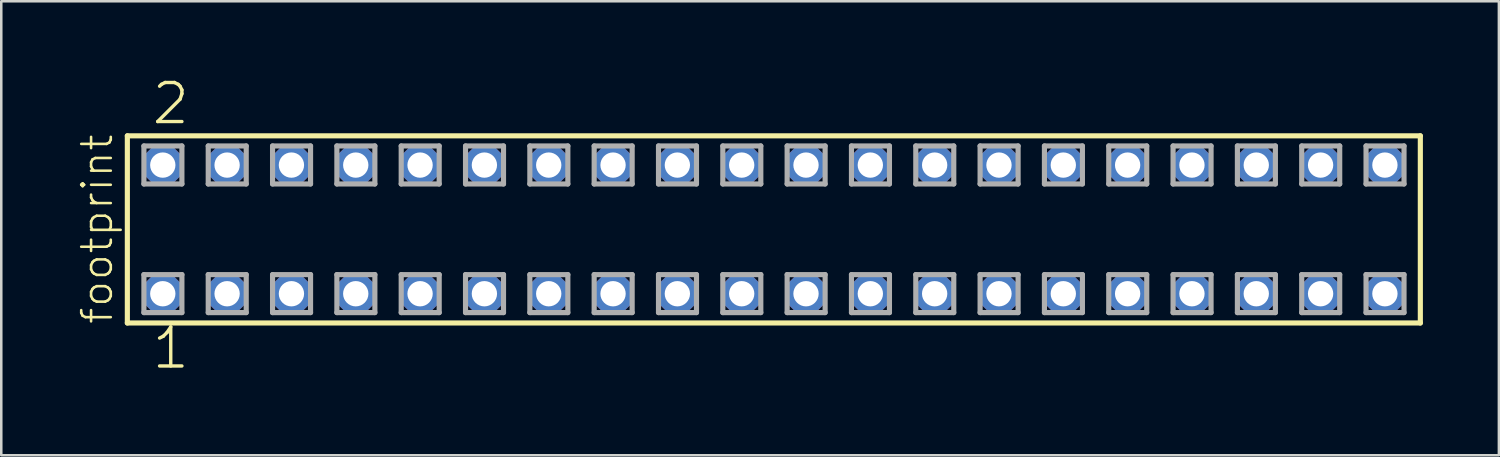
<source format=kicad_pcb>
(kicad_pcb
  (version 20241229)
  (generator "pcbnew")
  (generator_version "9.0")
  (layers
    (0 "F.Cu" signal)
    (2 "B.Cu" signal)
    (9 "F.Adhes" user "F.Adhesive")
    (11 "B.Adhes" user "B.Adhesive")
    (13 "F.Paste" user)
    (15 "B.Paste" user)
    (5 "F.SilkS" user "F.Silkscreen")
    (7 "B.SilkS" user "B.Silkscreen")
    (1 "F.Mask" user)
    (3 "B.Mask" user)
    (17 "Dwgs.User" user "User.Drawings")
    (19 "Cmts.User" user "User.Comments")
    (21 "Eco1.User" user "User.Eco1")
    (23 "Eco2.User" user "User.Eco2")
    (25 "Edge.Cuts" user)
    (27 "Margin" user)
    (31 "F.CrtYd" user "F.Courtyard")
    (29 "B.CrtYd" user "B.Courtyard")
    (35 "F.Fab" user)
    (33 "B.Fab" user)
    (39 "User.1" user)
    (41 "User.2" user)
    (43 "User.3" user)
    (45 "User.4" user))
  (footprint "footprint"
    (layer "F.Cu")
    (at 27.508 6.009)
    (property "Reference" "footprint" (at -26.035 3.81 90) (layer "F.SilkS") (effects (font (size 1.168 1.168) (thickness 0.102)) (justify left bottom)))
    (fp_line (start -25.529 -3.695) (end 25.529 -3.695) (stroke (width 0.203) (type solid)) (layer "F.SilkS"))
    (fp_line (start -25.529 3.695) (end -25.529 -3.695) (stroke (width 0.203) (type solid)) (layer "F.SilkS"))
    (fp_line (start 25.529 -3.695) (end 25.529 3.695) (stroke (width 0.203) (type solid)) (layer "F.SilkS"))
    (fp_line (start 25.529 3.695) (end -25.529 3.695) (stroke (width 0.203) (type solid)) (layer "F.SilkS"))
    (fp_line (start -24.875 -3.295) (end -23.375 -3.295) (stroke (width 0.203) (type solid)) (layer "F.Fab"))
    (fp_line (start -24.875 -1.795) (end -24.875 -3.295) (stroke (width 0.203) (type solid)) (layer "F.Fab"))
    (fp_line (start -24.875 1.785) (end -23.375 1.785) (stroke (width 0.203) (type solid)) (layer "F.Fab"))
    (fp_line (start -24.875 3.285) (end -24.875 1.785) (stroke (width 0.203) (type solid)) (layer "F.Fab"))
    (fp_line (start -23.375 -3.295) (end -23.375 -1.795) (stroke (width 0.203) (type solid)) (layer "F.Fab"))
    (fp_line (start -23.375 -1.795) (end -24.875 -1.795) (stroke (width 0.203) (type solid)) (layer "F.Fab"))
    (fp_line (start -23.375 1.785) (end -23.375 3.285) (stroke (width 0.203) (type solid)) (layer "F.Fab"))
    (fp_line (start -23.375 3.285) (end -24.875 3.285) (stroke (width 0.203) (type solid)) (layer "F.Fab"))
    (fp_line (start -22.335 -3.295) (end -20.835 -3.295) (stroke (width 0.203) (type solid)) (layer "F.Fab"))
    (fp_line (start -22.335 -1.795) (end -22.335 -3.295) (stroke (width 0.203) (type solid)) (layer "F.Fab"))
    (fp_line (start -22.335 1.785) (end -20.835 1.785) (stroke (width 0.203) (type solid)) (layer "F.Fab"))
    (fp_line (start -22.335 3.285) (end -22.335 1.785) (stroke (width 0.203) (type solid)) (layer "F.Fab"))
    (fp_line (start -20.835 -3.295) (end -20.835 -1.795) (stroke (width 0.203) (type solid)) (layer "F.Fab"))
    (fp_line (start -20.835 -1.795) (end -22.335 -1.795) (stroke (width 0.203) (type solid)) (layer "F.Fab"))
    (fp_line (start -20.835 1.785) (end -20.835 3.285) (stroke (width 0.203) (type solid)) (layer "F.Fab"))
    (fp_line (start -20.835 3.285) (end -22.335 3.285) (stroke (width 0.203) (type solid)) (layer "F.Fab"))
    (fp_line (start -19.795 -3.295) (end -18.295 -3.295) (stroke (width 0.203) (type solid)) (layer "F.Fab"))
    (fp_line (start -19.795 -1.795) (end -19.795 -3.295) (stroke (width 0.203) (type solid)) (layer "F.Fab"))
    (fp_line (start -19.795 1.785) (end -18.295 1.785) (stroke (width 0.203) (type solid)) (layer "F.Fab"))
    (fp_line (start -19.795 3.285) (end -19.795 1.785) (stroke (width 0.203) (type solid)) (layer "F.Fab"))
    (fp_line (start -18.295 -3.295) (end -18.295 -1.795) (stroke (width 0.203) (type solid)) (layer "F.Fab"))
    (fp_line (start -18.295 -1.795) (end -19.795 -1.795) (stroke (width 0.203) (type solid)) (layer "F.Fab"))
    (fp_line (start -18.295 1.785) (end -18.295 3.285) (stroke (width 0.203) (type solid)) (layer "F.Fab"))
    (fp_line (start -18.295 3.285) (end -19.795 3.285) (stroke (width 0.203) (type solid)) (layer "F.Fab"))
    (fp_line (start -17.255 -3.295) (end -15.755 -3.295) (stroke (width 0.203) (type solid)) (layer "F.Fab"))
    (fp_line (start -17.255 -1.795) (end -17.255 -3.295) (stroke (width 0.203) (type solid)) (layer "F.Fab"))
    (fp_line (start -17.255 1.785) (end -15.755 1.785) (stroke (width 0.203) (type solid)) (layer "F.Fab"))
    (fp_line (start -17.255 3.285) (end -17.255 1.785) (stroke (width 0.203) (type solid)) (layer "F.Fab"))
    (fp_line (start -15.755 -3.295) (end -15.755 -1.795) (stroke (width 0.203) (type solid)) (layer "F.Fab"))
    (fp_line (start -15.755 -1.795) (end -17.255 -1.795) (stroke (width 0.203) (type solid)) (layer "F.Fab"))
    (fp_line (start -15.755 1.785) (end -15.755 3.285) (stroke (width 0.203) (type solid)) (layer "F.Fab"))
    (fp_line (start -15.755 3.285) (end -17.255 3.285) (stroke (width 0.203) (type solid)) (layer "F.Fab"))
    (fp_line (start -14.715 -3.295) (end -13.215 -3.295) (stroke (width 0.203) (type solid)) (layer "F.Fab"))
    (fp_line (start -14.715 -1.795) (end -14.715 -3.295) (stroke (width 0.203) (type solid)) (layer "F.Fab"))
    (fp_line (start -14.715 1.785) (end -13.215 1.785) (stroke (width 0.203) (type solid)) (layer "F.Fab"))
    (fp_line (start -14.715 3.285) (end -14.715 1.785) (stroke (width 0.203) (type solid)) (layer "F.Fab"))
    (fp_line (start -13.215 -3.295) (end -13.215 -1.795) (stroke (width 0.203) (type solid)) (layer "F.Fab"))
    (fp_line (start -13.215 -1.795) (end -14.715 -1.795) (stroke (width 0.203) (type solid)) (layer "F.Fab"))
    (fp_line (start -13.215 1.785) (end -13.215 3.285) (stroke (width 0.203) (type solid)) (layer "F.Fab"))
    (fp_line (start -13.215 3.285) (end -14.715 3.285) (stroke (width 0.203) (type solid)) (layer "F.Fab"))
    (fp_line (start -12.175 -3.295) (end -10.675 -3.295) (stroke (width 0.203) (type solid)) (layer "F.Fab"))
    (fp_line (start -12.175 -1.795) (end -12.175 -3.295) (stroke (width 0.203) (type solid)) (layer "F.Fab"))
    (fp_line (start -12.175 1.785) (end -10.675 1.785) (stroke (width 0.203) (type solid)) (layer "F.Fab"))
    (fp_line (start -12.175 3.285) (end -12.175 1.785) (stroke (width 0.203) (type solid)) (layer "F.Fab"))
    (fp_line (start -10.675 -3.295) (end -10.675 -1.795) (stroke (width 0.203) (type solid)) (layer "F.Fab"))
    (fp_line (start -10.675 -1.795) (end -12.175 -1.795) (stroke (width 0.203) (type solid)) (layer "F.Fab"))
    (fp_line (start -10.675 1.785) (end -10.675 3.285) (stroke (width 0.203) (type solid)) (layer "F.Fab"))
    (fp_line (start -10.675 3.285) (end -12.175 3.285) (stroke (width 0.203) (type solid)) (layer "F.Fab"))
    (fp_line (start -9.635 -3.295) (end -8.135 -3.295) (stroke (width 0.203) (type solid)) (layer "F.Fab"))
    (fp_line (start -9.635 -1.795) (end -9.635 -3.295) (stroke (width 0.203) (type solid)) (layer "F.Fab"))
    (fp_line (start -9.635 1.785) (end -8.135 1.785) (stroke (width 0.203) (type solid)) (layer "F.Fab"))
    (fp_line (start -9.635 3.285) (end -9.635 1.785) (stroke (width 0.203) (type solid)) (layer "F.Fab"))
    (fp_line (start -8.135 -3.295) (end -8.135 -1.795) (stroke (width 0.203) (type solid)) (layer "F.Fab"))
    (fp_line (start -8.135 -1.795) (end -9.635 -1.795) (stroke (width 0.203) (type solid)) (layer "F.Fab"))
    (fp_line (start -8.135 1.785) (end -8.135 3.285) (stroke (width 0.203) (type solid)) (layer "F.Fab"))
    (fp_line (start -8.135 3.285) (end -9.635 3.285) (stroke (width 0.203) (type solid)) (layer "F.Fab"))
    (fp_line (start -7.095 -3.295) (end -5.595 -3.295) (stroke (width 0.203) (type solid)) (layer "F.Fab"))
    (fp_line (start -7.095 -1.795) (end -7.095 -3.295) (stroke (width 0.203) (type solid)) (layer "F.Fab"))
    (fp_line (start -7.095 1.785) (end -5.595 1.785) (stroke (width 0.203) (type solid)) (layer "F.Fab"))
    (fp_line (start -7.095 3.285) (end -7.095 1.785) (stroke (width 0.203) (type solid)) (layer "F.Fab"))
    (fp_line (start -5.595 -3.295) (end -5.595 -1.795) (stroke (width 0.203) (type solid)) (layer "F.Fab"))
    (fp_line (start -5.595 -1.795) (end -7.095 -1.795) (stroke (width 0.203) (type solid)) (layer "F.Fab"))
    (fp_line (start -5.595 1.785) (end -5.595 3.285) (stroke (width 0.203) (type solid)) (layer "F.Fab"))
    (fp_line (start -5.595 3.285) (end -7.095 3.285) (stroke (width 0.203) (type solid)) (layer "F.Fab"))
    (fp_line (start -4.555 -3.295) (end -3.055 -3.295) (stroke (width 0.203) (type solid)) (layer "F.Fab"))
    (fp_line (start -4.555 -1.795) (end -4.555 -3.295) (stroke (width 0.203) (type solid)) (layer "F.Fab"))
    (fp_line (start -4.555 1.785) (end -3.055 1.785) (stroke (width 0.203) (type solid)) (layer "F.Fab"))
    (fp_line (start -4.555 3.285) (end -4.555 1.785) (stroke (width 0.203) (type solid)) (layer "F.Fab"))
    (fp_line (start -3.055 -3.295) (end -3.055 -1.795) (stroke (width 0.203) (type solid)) (layer "F.Fab"))
    (fp_line (start -3.055 -1.795) (end -4.555 -1.795) (stroke (width 0.203) (type solid)) (layer "F.Fab"))
    (fp_line (start -3.055 1.785) (end -3.055 3.285) (stroke (width 0.203) (type solid)) (layer "F.Fab"))
    (fp_line (start -3.055 3.285) (end -4.555 3.285) (stroke (width 0.203) (type solid)) (layer "F.Fab"))
    (fp_line (start -2.015 -3.295) (end -0.515 -3.295) (stroke (width 0.203) (type solid)) (layer "F.Fab"))
    (fp_line (start -2.015 -1.795) (end -2.015 -3.295) (stroke (width 0.203) (type solid)) (layer "F.Fab"))
    (fp_line (start -2.015 1.785) (end -0.515 1.785) (stroke (width 0.203) (type solid)) (layer "F.Fab"))
    (fp_line (start -2.015 3.285) (end -2.015 1.785) (stroke (width 0.203) (type solid)) (layer "F.Fab"))
    (fp_line (start -0.515 -3.295) (end -0.515 -1.795) (stroke (width 0.203) (type solid)) (layer "F.Fab"))
    (fp_line (start -0.515 -1.795) (end -2.015 -1.795) (stroke (width 0.203) (type solid)) (layer "F.Fab"))
    (fp_line (start -0.515 1.785) (end -0.515 3.285) (stroke (width 0.203) (type solid)) (layer "F.Fab"))
    (fp_line (start -0.515 3.285) (end -2.015 3.285) (stroke (width 0.203) (type solid)) (layer "F.Fab"))
    (fp_line (start 0.525 -3.295) (end 2.025 -3.295) (stroke (width 0.203) (type solid)) (layer "F.Fab"))
    (fp_line (start 0.525 -1.795) (end 0.525 -3.295) (stroke (width 0.203) (type solid)) (layer "F.Fab"))
    (fp_line (start 0.525 1.785) (end 2.025 1.785) (stroke (width 0.203) (type solid)) (layer "F.Fab"))
    (fp_line (start 0.525 3.285) (end 0.525 1.785) (stroke (width 0.203) (type solid)) (layer "F.Fab"))
    (fp_line (start 2.025 -3.295) (end 2.025 -1.795) (stroke (width 0.203) (type solid)) (layer "F.Fab"))
    (fp_line (start 2.025 -1.795) (end 0.525 -1.795) (stroke (width 0.203) (type solid)) (layer "F.Fab"))
    (fp_line (start 2.025 1.785) (end 2.025 3.285) (stroke (width 0.203) (type solid)) (layer "F.Fab"))
    (fp_line (start 2.025 3.285) (end 0.525 3.285) (stroke (width 0.203) (type solid)) (layer "F.Fab"))
    (fp_line (start 3.065 -3.295) (end 4.565 -3.295) (stroke (width 0.203) (type solid)) (layer "F.Fab"))
    (fp_line (start 3.065 -1.795) (end 3.065 -3.295) (stroke (width 0.203) (type solid)) (layer "F.Fab"))
    (fp_line (start 3.065 1.785) (end 4.565 1.785) (stroke (width 0.203) (type solid)) (layer "F.Fab"))
    (fp_line (start 3.065 3.285) (end 3.065 1.785) (stroke (width 0.203) (type solid)) (layer "F.Fab"))
    (fp_line (start 4.565 -3.295) (end 4.565 -1.795) (stroke (width 0.203) (type solid)) (layer "F.Fab"))
    (fp_line (start 4.565 -1.795) (end 3.065 -1.795) (stroke (width 0.203) (type solid)) (layer "F.Fab"))
    (fp_line (start 4.565 1.785) (end 4.565 3.285) (stroke (width 0.203) (type solid)) (layer "F.Fab"))
    (fp_line (start 4.565 3.285) (end 3.065 3.285) (stroke (width 0.203) (type solid)) (layer "F.Fab"))
    (fp_line (start 5.605 -3.295) (end 7.105 -3.295) (stroke (width 0.203) (type solid)) (layer "F.Fab"))
    (fp_line (start 5.605 -1.795) (end 5.605 -3.295) (stroke (width 0.203) (type solid)) (layer "F.Fab"))
    (fp_line (start 5.605 1.785) (end 7.105 1.785) (stroke (width 0.203) (type solid)) (layer "F.Fab"))
    (fp_line (start 5.605 3.285) (end 5.605 1.785) (stroke (width 0.203) (type solid)) (layer "F.Fab"))
    (fp_line (start 7.105 -3.295) (end 7.105 -1.795) (stroke (width 0.203) (type solid)) (layer "F.Fab"))
    (fp_line (start 7.105 -1.795) (end 5.605 -1.795) (stroke (width 0.203) (type solid)) (layer "F.Fab"))
    (fp_line (start 7.105 1.785) (end 7.105 3.285) (stroke (width 0.203) (type solid)) (layer "F.Fab"))
    (fp_line (start 7.105 3.285) (end 5.605 3.285) (stroke (width 0.203) (type solid)) (layer "F.Fab"))
    (fp_line (start 8.145 -3.295) (end 9.645 -3.295) (stroke (width 0.203) (type solid)) (layer "F.Fab"))
    (fp_line (start 8.145 -1.795) (end 8.145 -3.295) (stroke (width 0.203) (type solid)) (layer "F.Fab"))
    (fp_line (start 8.145 1.785) (end 9.645 1.785) (stroke (width 0.203) (type solid)) (layer "F.Fab"))
    (fp_line (start 8.145 3.285) (end 8.145 1.785) (stroke (width 0.203) (type solid)) (layer "F.Fab"))
    (fp_line (start 9.645 -3.295) (end 9.645 -1.795) (stroke (width 0.203) (type solid)) (layer "F.Fab"))
    (fp_line (start 9.645 -1.795) (end 8.145 -1.795) (stroke (width 0.203) (type solid)) (layer "F.Fab"))
    (fp_line (start 9.645 1.785) (end 9.645 3.285) (stroke (width 0.203) (type solid)) (layer "F.Fab"))
    (fp_line (start 9.645 3.285) (end 8.145 3.285) (stroke (width 0.203) (type solid)) (layer "F.Fab"))
    (fp_line (start 10.685 -3.295) (end 12.185 -3.295) (stroke (width 0.203) (type solid)) (layer "F.Fab"))
    (fp_line (start 10.685 -1.795) (end 10.685 -3.295) (stroke (width 0.203) (type solid)) (layer "F.Fab"))
    (fp_line (start 10.685 1.785) (end 12.185 1.785) (stroke (width 0.203) (type solid)) (layer "F.Fab"))
    (fp_line (start 10.685 3.285) (end 10.685 1.785) (stroke (width 0.203) (type solid)) (layer "F.Fab"))
    (fp_line (start 12.185 -3.295) (end 12.185 -1.795) (stroke (width 0.203) (type solid)) (layer "F.Fab"))
    (fp_line (start 12.185 -1.795) (end 10.685 -1.795) (stroke (width 0.203) (type solid)) (layer "F.Fab"))
    (fp_line (start 12.185 1.785) (end 12.185 3.285) (stroke (width 0.203) (type solid)) (layer "F.Fab"))
    (fp_line (start 12.185 3.285) (end 10.685 3.285) (stroke (width 0.203) (type solid)) (layer "F.Fab"))
    (fp_line (start 13.225 -3.295) (end 14.725 -3.295) (stroke (width 0.203) (type solid)) (layer "F.Fab"))
    (fp_line (start 13.225 -1.795) (end 13.225 -3.295) (stroke (width 0.203) (type solid)) (layer "F.Fab"))
    (fp_line (start 13.225 1.785) (end 14.725 1.785) (stroke (width 0.203) (type solid)) (layer "F.Fab"))
    (fp_line (start 13.225 3.285) (end 13.225 1.785) (stroke (width 0.203) (type solid)) (layer "F.Fab"))
    (fp_line (start 14.725 -3.295) (end 14.725 -1.795) (stroke (width 0.203) (type solid)) (layer "F.Fab"))
    (fp_line (start 14.725 -1.795) (end 13.225 -1.795) (stroke (width 0.203) (type solid)) (layer "F.Fab"))
    (fp_line (start 14.725 1.785) (end 14.725 3.285) (stroke (width 0.203) (type solid)) (layer "F.Fab"))
    (fp_line (start 14.725 3.285) (end 13.225 3.285) (stroke (width 0.203) (type solid)) (layer "F.Fab"))
    (fp_line (start 15.765 -3.295) (end 17.265 -3.295) (stroke (width 0.203) (type solid)) (layer "F.Fab"))
    (fp_line (start 15.765 -1.795) (end 15.765 -3.295) (stroke (width 0.203) (type solid)) (layer "F.Fab"))
    (fp_line (start 15.765 1.785) (end 17.265 1.785) (stroke (width 0.203) (type solid)) (layer "F.Fab"))
    (fp_line (start 15.765 3.285) (end 15.765 1.785) (stroke (width 0.203) (type solid)) (layer "F.Fab"))
    (fp_line (start 17.265 -3.295) (end 17.265 -1.795) (stroke (width 0.203) (type solid)) (layer "F.Fab"))
    (fp_line (start 17.265 -1.795) (end 15.765 -1.795) (stroke (width 0.203) (type solid)) (layer "F.Fab"))
    (fp_line (start 17.265 1.785) (end 17.265 3.285) (stroke (width 0.203) (type solid)) (layer "F.Fab"))
    (fp_line (start 17.265 3.285) (end 15.765 3.285) (stroke (width 0.203) (type solid)) (layer "F.Fab"))
    (fp_line (start 18.305 -3.295) (end 19.805 -3.295) (stroke (width 0.203) (type solid)) (layer "F.Fab"))
    (fp_line (start 18.305 -1.795) (end 18.305 -3.295) (stroke (width 0.203) (type solid)) (layer "F.Fab"))
    (fp_line (start 18.305 1.785) (end 19.805 1.785) (stroke (width 0.203) (type solid)) (layer "F.Fab"))
    (fp_line (start 18.305 3.285) (end 18.305 1.785) (stroke (width 0.203) (type solid)) (layer "F.Fab"))
    (fp_line (start 19.805 -3.295) (end 19.805 -1.795) (stroke (width 0.203) (type solid)) (layer "F.Fab"))
    (fp_line (start 19.805 -1.795) (end 18.305 -1.795) (stroke (width 0.203) (type solid)) (layer "F.Fab"))
    (fp_line (start 19.805 1.785) (end 19.805 3.285) (stroke (width 0.203) (type solid)) (layer "F.Fab"))
    (fp_line (start 19.805 3.285) (end 18.305 3.285) (stroke (width 0.203) (type solid)) (layer "F.Fab"))
    (fp_line (start 20.845 -3.295) (end 22.345 -3.295) (stroke (width 0.203) (type solid)) (layer "F.Fab"))
    (fp_line (start 20.845 -1.795) (end 20.845 -3.295) (stroke (width 0.203) (type solid)) (layer "F.Fab"))
    (fp_line (start 20.845 1.785) (end 22.345 1.785) (stroke (width 0.203) (type solid)) (layer "F.Fab"))
    (fp_line (start 20.845 3.285) (end 20.845 1.785) (stroke (width 0.203) (type solid)) (layer "F.Fab"))
    (fp_line (start 22.345 -3.295) (end 22.345 -1.795) (stroke (width 0.203) (type solid)) (layer "F.Fab"))
    (fp_line (start 22.345 -1.795) (end 20.845 -1.795) (stroke (width 0.203) (type solid)) (layer "F.Fab"))
    (fp_line (start 22.345 1.785) (end 22.345 3.285) (stroke (width 0.203) (type solid)) (layer "F.Fab"))
    (fp_line (start 22.345 3.285) (end 20.845 3.285) (stroke (width 0.203) (type solid)) (layer "F.Fab"))
    (fp_line (start 23.385 -3.295) (end 24.885 -3.295) (stroke (width 0.203) (type solid)) (layer "F.Fab"))
    (fp_line (start 23.385 -1.795) (end 23.385 -3.295) (stroke (width 0.203) (type solid)) (layer "F.Fab"))
    (fp_line (start 23.385 1.785) (end 24.885 1.785) (stroke (width 0.203) (type solid)) (layer "F.Fab"))
    (fp_line (start 23.385 3.285) (end 23.385 1.785) (stroke (width 0.203) (type solid)) (layer "F.Fab"))
    (fp_line (start 24.885 -3.295) (end 24.885 -1.795) (stroke (width 0.203) (type solid)) (layer "F.Fab"))
    (fp_line (start 24.885 -1.795) (end 23.385 -1.795) (stroke (width 0.203) (type solid)) (layer "F.Fab"))
    (fp_line (start 24.885 1.785) (end 24.885 3.285) (stroke (width 0.203) (type solid)) (layer "F.Fab"))
    (fp_line (start 24.885 3.285) (end 23.385 3.285) (stroke (width 0.203) (type solid)) (layer "F.Fab"))
    (fp_text user "2" (at -24.638 -4.064 0) (layer "F.SilkS") (effects (font (size 1.542 1.542) (thickness 0.134)) (justify left bottom)))
    (fp_text user "1" (at -24.638 5.588 0) (layer "F.SilkS") (effects (font (size 1.542 1.542) (thickness 0.134)) (justify left bottom)))
    (pad "1" thru_hole roundrect (at -24.13 2.54) (size 1.5 1.5) (drill 1) (layers "*.Cu" "*.Mask") (roundrect_rratio 0.25) (chamfer_ratio 0.25) (chamfer top_left top_right bottom_left bottom_right))
    (pad "2" thru_hole roundrect (at -24.13 -2.54) (size 1.5 1.5) (drill 1) (layers "*.Cu" "*.Mask") (roundrect_rratio 0.25) (chamfer_ratio 0.25) (chamfer top_left top_right bottom_left bottom_right))
    (pad "3" thru_hole roundrect (at -21.59 2.54) (size 1.5 1.5) (drill 1) (layers "*.Cu" "*.Mask") (roundrect_rratio 0.25) (chamfer_ratio 0.25) (chamfer top_left top_right bottom_left bottom_right))
    (pad "4" thru_hole roundrect (at -21.59 -2.54) (size 1.5 1.5) (drill 1) (layers "*.Cu" "*.Mask") (roundrect_rratio 0.25) (chamfer_ratio 0.25) (chamfer top_left top_right bottom_left bottom_right))
    (pad "5" thru_hole roundrect (at -19.05 2.54) (size 1.5 1.5) (drill 1) (layers "*.Cu" "*.Mask") (roundrect_rratio 0.25) (chamfer_ratio 0.25) (chamfer top_left top_right bottom_left bottom_right))
    (pad "6" thru_hole roundrect (at -19.05 -2.54) (size 1.5 1.5) (drill 1) (layers "*.Cu" "*.Mask") (roundrect_rratio 0.25) (chamfer_ratio 0.25) (chamfer top_left top_right bottom_left bottom_right))
    (pad "7" thru_hole roundrect (at -16.51 2.54) (size 1.5 1.5) (drill 1) (layers "*.Cu" "*.Mask") (roundrect_rratio 0.25) (chamfer_ratio 0.25) (chamfer top_left top_right bottom_left bottom_right))
    (pad "8" thru_hole roundrect (at -16.51 -2.54) (size 1.5 1.5) (drill 1) (layers "*.Cu" "*.Mask") (roundrect_rratio 0.25) (chamfer_ratio 0.25) (chamfer top_left top_right bottom_left bottom_right))
    (pad "9" thru_hole roundrect (at -13.97 2.54) (size 1.5 1.5) (drill 1) (layers "*.Cu" "*.Mask") (roundrect_rratio 0.25) (chamfer_ratio 0.25) (chamfer top_left top_right bottom_left bottom_right))
    (pad "10" thru_hole roundrect (at -13.97 -2.54) (size 1.5 1.5) (drill 1) (layers "*.Cu" "*.Mask") (roundrect_rratio 0.25) (chamfer_ratio 0.25) (chamfer top_left top_right bottom_left bottom_right))
    (pad "11" thru_hole roundrect (at -11.43 2.54) (size 1.5 1.5) (drill 1) (layers "*.Cu" "*.Mask") (roundrect_rratio 0.25) (chamfer_ratio 0.25) (chamfer top_left top_right bottom_left bottom_right))
    (pad "12" thru_hole roundrect (at -11.43 -2.54) (size 1.5 1.5) (drill 1) (layers "*.Cu" "*.Mask") (roundrect_rratio 0.25) (chamfer_ratio 0.25) (chamfer top_left top_right bottom_left bottom_right))
    (pad "13" thru_hole roundrect (at -8.89 2.54) (size 1.5 1.5) (drill 1) (layers "*.Cu" "*.Mask") (roundrect_rratio 0.25) (chamfer_ratio 0.25) (chamfer top_left top_right bottom_left bottom_right))
    (pad "14" thru_hole roundrect (at -8.89 -2.54) (size 1.5 1.5) (drill 1) (layers "*.Cu" "*.Mask") (roundrect_rratio 0.25) (chamfer_ratio 0.25) (chamfer top_left top_right bottom_left bottom_right))
    (pad "15" thru_hole roundrect (at -6.35 2.54) (size 1.5 1.5) (drill 1) (layers "*.Cu" "*.Mask") (roundrect_rratio 0.25) (chamfer_ratio 0.25) (chamfer top_left top_right bottom_left bottom_right))
    (pad "16" thru_hole roundrect (at -6.35 -2.54) (size 1.5 1.5) (drill 1) (layers "*.Cu" "*.Mask") (roundrect_rratio 0.25) (chamfer_ratio 0.25) (chamfer top_left top_right bottom_left bottom_right))
    (pad "17" thru_hole roundrect (at -3.81 2.54) (size 1.5 1.5) (drill 1) (layers "*.Cu" "*.Mask") (roundrect_rratio 0.25) (chamfer_ratio 0.25) (chamfer top_left top_right bottom_left bottom_right))
    (pad "18" thru_hole roundrect (at -3.81 -2.54) (size 1.5 1.5) (drill 1) (layers "*.Cu" "*.Mask") (roundrect_rratio 0.25) (chamfer_ratio 0.25) (chamfer top_left top_right bottom_left bottom_right))
    (pad "19" thru_hole roundrect (at -1.27 2.54) (size 1.5 1.5) (drill 1) (layers "*.Cu" "*.Mask") (roundrect_rratio 0.25) (chamfer_ratio 0.25) (chamfer top_left top_right bottom_left bottom_right))
    (pad "20" thru_hole roundrect (at -1.27 -2.54) (size 1.5 1.5) (drill 1) (layers "*.Cu" "*.Mask") (roundrect_rratio 0.25) (chamfer_ratio 0.25) (chamfer top_left top_right bottom_left bottom_right))
    (pad "21" thru_hole roundrect (at 1.27 2.54) (size 1.5 1.5) (drill 1) (layers "*.Cu" "*.Mask") (roundrect_rratio 0.25) (chamfer_ratio 0.25) (chamfer top_left top_right bottom_left bottom_right))
    (pad "22" thru_hole roundrect (at 1.27 -2.54) (size 1.5 1.5) (drill 1) (layers "*.Cu" "*.Mask") (roundrect_rratio 0.25) (chamfer_ratio 0.25) (chamfer top_left top_right bottom_left bottom_right))
    (pad "23" thru_hole roundrect (at 3.81 2.54) (size 1.5 1.5) (drill 1) (layers "*.Cu" "*.Mask") (roundrect_rratio 0.25) (chamfer_ratio 0.25) (chamfer top_left top_right bottom_left bottom_right))
    (pad "24" thru_hole roundrect (at 3.81 -2.54) (size 1.5 1.5) (drill 1) (layers "*.Cu" "*.Mask") (roundrect_rratio 0.25) (chamfer_ratio 0.25) (chamfer top_left top_right bottom_left bottom_right))
    (pad "25" thru_hole roundrect (at 6.35 2.54) (size 1.5 1.5) (drill 1) (layers "*.Cu" "*.Mask") (roundrect_rratio 0.25) (chamfer_ratio 0.25) (chamfer top_left top_right bottom_left bottom_right))
    (pad "26" thru_hole roundrect (at 6.35 -2.54) (size 1.5 1.5) (drill 1) (layers "*.Cu" "*.Mask") (roundrect_rratio 0.25) (chamfer_ratio 0.25) (chamfer top_left top_right bottom_left bottom_right))
    (pad "27" thru_hole roundrect (at 8.89 2.54) (size 1.5 1.5) (drill 1) (layers "*.Cu" "*.Mask") (roundrect_rratio 0.25) (chamfer_ratio 0.25) (chamfer top_left top_right bottom_left bottom_right))
    (pad "28" thru_hole roundrect (at 8.89 -2.54) (size 1.5 1.5) (drill 1) (layers "*.Cu" "*.Mask") (roundrect_rratio 0.25) (chamfer_ratio 0.25) (chamfer top_left top_right bottom_left bottom_right))
    (pad "29" thru_hole roundrect (at 11.43 2.54) (size 1.5 1.5) (drill 1) (layers "*.Cu" "*.Mask") (roundrect_rratio 0.25) (chamfer_ratio 0.25) (chamfer top_left top_right bottom_left bottom_right))
    (pad "30" thru_hole roundrect (at 11.43 -2.54) (size 1.5 1.5) (drill 1) (layers "*.Cu" "*.Mask") (roundrect_rratio 0.25) (chamfer_ratio 0.25) (chamfer top_left top_right bottom_left bottom_right))
    (pad "31" thru_hole roundrect (at 13.97 2.54) (size 1.5 1.5) (drill 1) (layers "*.Cu" "*.Mask") (roundrect_rratio 0.25) (chamfer_ratio 0.25) (chamfer top_left top_right bottom_left bottom_right))
    (pad "32" thru_hole roundrect (at 13.97 -2.54) (size 1.5 1.5) (drill 1) (layers "*.Cu" "*.Mask") (roundrect_rratio 0.25) (chamfer_ratio 0.25) (chamfer top_left top_right bottom_left bottom_right))
    (pad "33" thru_hole roundrect (at 16.51 2.54) (size 1.5 1.5) (drill 1) (layers "*.Cu" "*.Mask") (roundrect_rratio 0.25) (chamfer_ratio 0.25) (chamfer top_left top_right bottom_left bottom_right))
    (pad "34" thru_hole roundrect (at 16.51 -2.54) (size 1.5 1.5) (drill 1) (layers "*.Cu" "*.Mask") (roundrect_rratio 0.25) (chamfer_ratio 0.25) (chamfer top_left top_right bottom_left bottom_right))
    (pad "35" thru_hole roundrect (at 19.05 2.54) (size 1.5 1.5) (drill 1) (layers "*.Cu" "*.Mask") (roundrect_rratio 0.25) (chamfer_ratio 0.25) (chamfer top_left top_right bottom_left bottom_right))
    (pad "36" thru_hole roundrect (at 19.05 -2.54) (size 1.5 1.5) (drill 1) (layers "*.Cu" "*.Mask") (roundrect_rratio 0.25) (chamfer_ratio 0.25) (chamfer top_left top_right bottom_left bottom_right))
    (pad "37" thru_hole roundrect (at 21.59 2.54) (size 1.5 1.5) (drill 1) (layers "*.Cu" "*.Mask") (roundrect_rratio 0.25) (chamfer_ratio 0.25) (chamfer top_left top_right bottom_left bottom_right))
    (pad "38" thru_hole roundrect (at 21.59 -2.54) (size 1.5 1.5) (drill 1) (layers "*.Cu" "*.Mask") (roundrect_rratio 0.25) (chamfer_ratio 0.25) (chamfer top_left top_right bottom_left bottom_right))
    (pad "39" thru_hole roundrect (at 24.13 2.54) (size 1.5 1.5) (drill 1) (layers "*.Cu" "*.Mask") (roundrect_rratio 0.25) (chamfer_ratio 0.25) (chamfer top_left top_right bottom_left bottom_right))
    (pad "40" thru_hole roundrect (at 24.13 -2.54) (size 1.5 1.5) (drill 1) (layers "*.Cu" "*.Mask") (roundrect_rratio 0.25) (chamfer_ratio 0.25) (chamfer top_left top_right bottom_left bottom_right)))
  (gr_rect
    (start -3 -3)
    (end 56.139 14.927)
    (stroke (width 0.1) (type default))
    (fill no)
    (layer "Edge.Cuts")))
</source>
